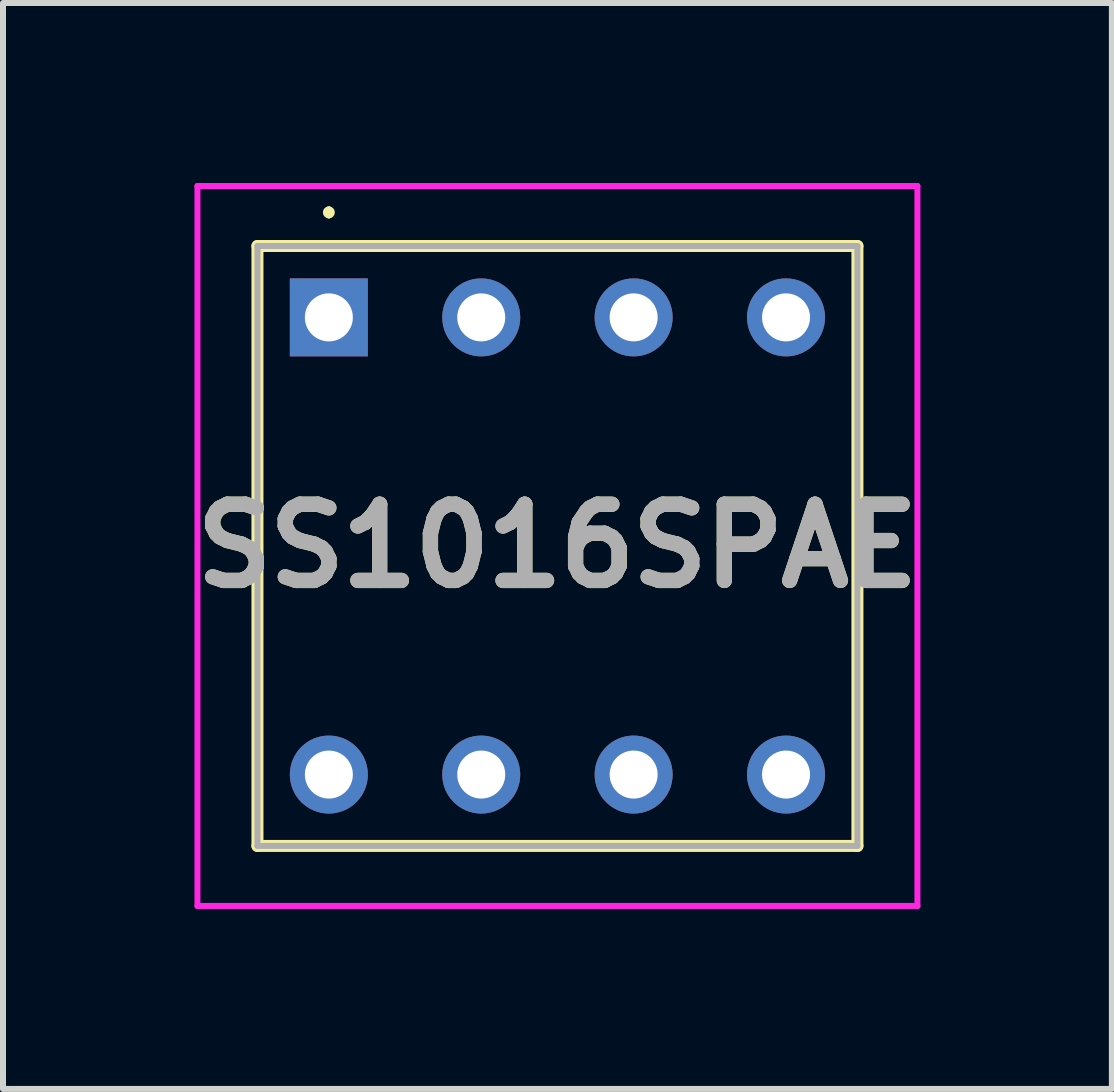
<source format=kicad_pcb>
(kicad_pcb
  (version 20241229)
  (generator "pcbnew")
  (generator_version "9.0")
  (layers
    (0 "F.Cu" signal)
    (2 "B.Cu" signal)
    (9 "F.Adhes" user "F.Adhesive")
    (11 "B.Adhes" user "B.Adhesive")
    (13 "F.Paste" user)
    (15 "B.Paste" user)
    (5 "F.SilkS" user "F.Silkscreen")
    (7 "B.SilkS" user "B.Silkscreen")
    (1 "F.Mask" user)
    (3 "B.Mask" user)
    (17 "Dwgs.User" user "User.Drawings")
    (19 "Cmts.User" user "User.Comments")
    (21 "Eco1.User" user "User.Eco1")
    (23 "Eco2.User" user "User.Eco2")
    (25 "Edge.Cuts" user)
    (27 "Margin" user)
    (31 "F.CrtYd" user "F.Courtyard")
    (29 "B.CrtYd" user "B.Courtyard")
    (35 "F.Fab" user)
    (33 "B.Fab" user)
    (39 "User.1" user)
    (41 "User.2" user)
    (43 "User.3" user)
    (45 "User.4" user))
  (footprint "SS1016SPAE"
    (layer "F.Cu")
    (at 2.431 2.24)
    (property "Reference" "SS1016SPAE" (at 3.81 3.81 0) (layer "F.SilkS") (effects (font (size 1.27 1.27) (thickness 0.254))))
    (attr through_hole)
    (fp_line (start -1.19 -1.19) (end -1.19 8.81) (stroke (width 0.2) (type solid)) (layer "F.SilkS"))
    (fp_line (start -1.19 8.81) (end 8.81 8.81) (stroke (width 0.2) (type solid)) (layer "F.SilkS"))
    (fp_line (start 0 -1.8) (end 0 -1.8) (stroke (width 0.1) (type solid)) (layer "F.SilkS"))
    (fp_line (start 0 -1.7) (end 0 -1.7) (stroke (width 0.1) (type solid)) (layer "F.SilkS"))
    (fp_line (start 8.81 -1.19) (end -1.19 -1.19) (stroke (width 0.2) (type solid)) (layer "F.SilkS"))
    (fp_line (start 8.81 8.81) (end 8.81 -1.19) (stroke (width 0.2) (type solid)) (layer "F.SilkS"))
    (fp_arc (start 0 -1.8) (mid 0.05 -1.75) (end 0 -1.7) (stroke (width 0.1) (type solid)) (layer "F.SilkS"))
    (fp_arc (start 0 -1.7) (mid -0.05 -1.75) (end 0 -1.8) (stroke (width 0.1) (type solid)) (layer "F.SilkS"))
    (fp_line (start -2.19 -2.19) (end -2.19 9.81) (stroke (width 0.1) (type solid)) (layer "F.CrtYd"))
    (fp_line (start -2.19 9.81) (end 9.81 9.81) (stroke (width 0.1) (type solid)) (layer "F.CrtYd"))
    (fp_line (start 9.81 -2.19) (end -2.19 -2.19) (stroke (width 0.1) (type solid)) (layer "F.CrtYd"))
    (fp_line (start 9.81 9.81) (end 9.81 -2.19) (stroke (width 0.1) (type solid)) (layer "F.CrtYd"))
    (fp_line (start -1.19 -1.19) (end -1.19 8.81) (stroke (width 0.1) (type solid)) (layer "F.Fab"))
    (fp_line (start -1.19 8.81) (end 8.81 8.81) (stroke (width 0.1) (type solid)) (layer "F.Fab"))
    (fp_line (start 8.81 -1.19) (end -1.19 -1.19) (stroke (width 0.1) (type solid)) (layer "F.Fab"))
    (fp_line (start 8.81 8.81) (end 8.81 -1.19) (stroke (width 0.1) (type solid)) (layer "F.Fab"))
    (fp_text user "${REFERENCE}" (at 3.81 3.81 0) (layer "F.Fab") (effects (font (size 1.27 1.27) (thickness 0.254))))
    (pad "1" thru_hole rect (at 0 0) (size 1.3 1.3) (drill 0.8) (layers "*.Cu" "*.Mask"))
    (pad "2" thru_hole circle (at 5.08 0) (size 1.3 1.3) (drill 0.8) (layers "*.Cu" "*.Mask"))
    (pad "3" thru_hole circle (at 7.62 0) (size 1.3 1.3) (drill 0.8) (layers "*.Cu" "*.Mask"))
    (pad "4" thru_hole circle (at 0 7.62) (size 1.3 1.3) (drill 0.8) (layers "*.Cu" "*.Mask"))
    (pad "5" thru_hole circle (at 2.54 7.62) (size 1.3 1.3) (drill 0.8) (layers "*.Cu" "*.Mask"))
    (pad "6" thru_hole circle (at 7.62 7.62) (size 1.3 1.3) (drill 0.8) (layers "*.Cu" "*.Mask"))
    (pad "C1" thru_hole circle (at 2.54 0) (size 1.3 1.3) (drill 0.8) (layers "*.Cu" "*.Mask"))
    (pad "C2" thru_hole circle (at 5.08 7.62) (size 1.3 1.3) (drill 0.8) (layers "*.Cu" "*.Mask")))
  (gr_rect
    (start -3 -3)
    (end 15.482 15.1)
    (stroke (width 0.1) (type default))
    (fill no)
    (layer "Edge.Cuts")))
</source>
